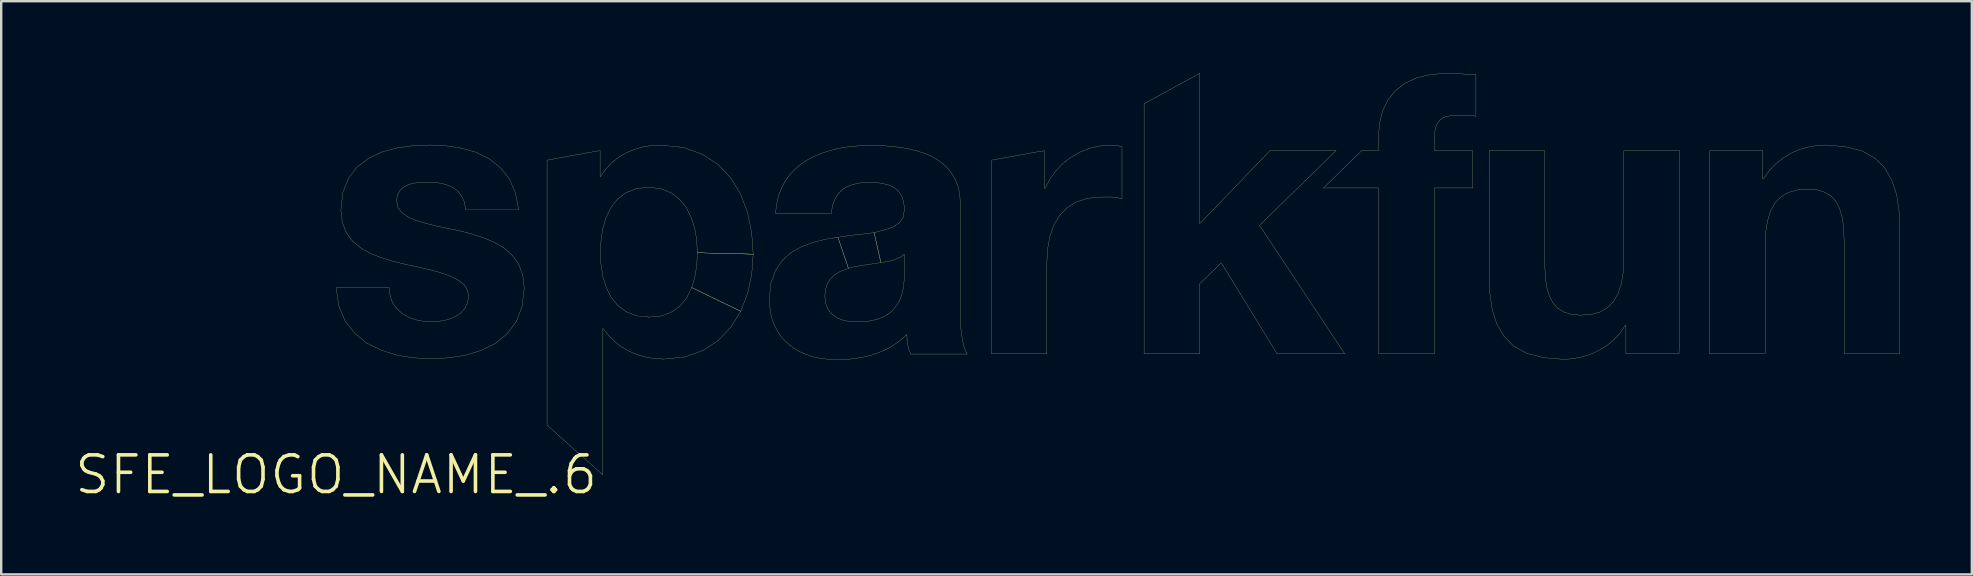
<source format=kicad_pcb>
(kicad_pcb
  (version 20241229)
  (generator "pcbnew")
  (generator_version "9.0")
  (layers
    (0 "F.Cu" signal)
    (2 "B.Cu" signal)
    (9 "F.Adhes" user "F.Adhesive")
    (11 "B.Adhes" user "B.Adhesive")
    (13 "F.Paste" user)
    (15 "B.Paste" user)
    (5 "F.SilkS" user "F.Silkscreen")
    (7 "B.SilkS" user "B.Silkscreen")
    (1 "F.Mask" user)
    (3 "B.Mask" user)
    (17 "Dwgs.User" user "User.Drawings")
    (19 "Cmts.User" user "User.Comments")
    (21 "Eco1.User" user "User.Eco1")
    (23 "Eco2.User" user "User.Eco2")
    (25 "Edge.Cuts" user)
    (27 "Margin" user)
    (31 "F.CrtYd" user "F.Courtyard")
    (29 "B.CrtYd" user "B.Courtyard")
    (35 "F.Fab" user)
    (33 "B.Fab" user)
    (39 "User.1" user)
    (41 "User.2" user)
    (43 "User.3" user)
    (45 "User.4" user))
  (footprint "SFE_LOGO_NAME_.6"
    (layer "F.Cu")
    (at 10.958 16.732)
    (property "Reference" "SFE_LOGO_NAME_.6" (at 0 0 0) (layer "F.SilkS") (effects (font (size 1.524 1.524) (thickness 0.15))))
    (attr exclude_from_pos_files exclude_from_bom)
    (fp_line (start 0 -7.788) (end 1.928 -7.788) (stroke (width 0.008) (type solid)) (layer "F.SilkS"))
    (fp_line (start 0.109 -7.038) (end 0 -7.788) (stroke (width 0.008) (type solid)) (layer "F.SilkS"))
    (fp_line (start 0.198 -11.019) (end 0.279 -11.758) (stroke (width 0.008) (type solid)) (layer "F.SilkS"))
    (fp_line (start 0.259 -10.508) (end 0.198 -11.019) (stroke (width 0.008) (type solid)) (layer "F.SilkS"))
    (fp_line (start 0.279 -11.758) (end 0.518 -12.36) (stroke (width 0.008) (type solid)) (layer "F.SilkS"))
    (fp_line (start 0.378 -6.398) (end 0.109 -7.038) (stroke (width 0.008) (type solid)) (layer "F.SilkS"))
    (fp_line (start 0.429 -10.079) (end 0.259 -10.508) (stroke (width 0.008) (type solid)) (layer "F.SilkS"))
    (fp_line (start 0.518 -12.36) (end 0.879 -12.83) (stroke (width 0.008) (type solid)) (layer "F.SilkS"))
    (fp_line (start 0.688 -9.728) (end 0.429 -10.079) (stroke (width 0.008) (type solid)) (layer "F.SilkS"))
    (fp_line (start 0.78 -5.888) (end 0.378 -6.398) (stroke (width 0.008) (type solid)) (layer "F.SilkS"))
    (fp_line (start 0.879 -12.83) (end 1.359 -13.188) (stroke (width 0.008) (type solid)) (layer "F.SilkS"))
    (fp_line (start 1.029 -9.449) (end 0.688 -9.728) (stroke (width 0.008) (type solid)) (layer "F.SilkS"))
    (fp_line (start 1.278 -5.479) (end 0.78 -5.888) (stroke (width 0.008) (type solid)) (layer "F.SilkS"))
    (fp_line (start 1.359 -13.188) (end 1.908 -13.449) (stroke (width 0.008) (type solid)) (layer "F.SilkS"))
    (fp_line (start 1.427 -9.218) (end 1.029 -9.449) (stroke (width 0.008) (type solid)) (layer "F.SilkS"))
    (fp_line (start 1.88 -5.189) (end 1.278 -5.479) (stroke (width 0.008) (type solid)) (layer "F.SilkS"))
    (fp_line (start 1.89 -9.04) (end 1.427 -9.218) (stroke (width 0.008) (type solid)) (layer "F.SilkS"))
    (fp_line (start 1.908 -13.449) (end 2.54 -13.619) (stroke (width 0.008) (type solid)) (layer "F.SilkS"))
    (fp_line (start 1.928 -7.788) (end 2.21 -7.788) (stroke (width 0.008) (type solid)) (layer "F.SilkS"))
    (fp_line (start 2.21 -7.788) (end 2.248 -7.45) (stroke (width 0.008) (type solid)) (layer "F.SilkS"))
    (fp_line (start 2.248 -7.45) (end 2.36 -7.148) (stroke (width 0.008) (type solid)) (layer "F.SilkS"))
    (fp_line (start 2.36 -7.148) (end 2.54 -6.909) (stroke (width 0.008) (type solid)) (layer "F.SilkS"))
    (fp_line (start 2.38 -8.89) (end 1.89 -9.04) (stroke (width 0.008) (type solid)) (layer "F.SilkS"))
    (fp_line (start 2.52 -11.41) (end 2.578 -11.128) (stroke (width 0.008) (type solid)) (layer "F.SilkS"))
    (fp_line (start 2.54 -13.619) (end 3.198 -13.708) (stroke (width 0.008) (type solid)) (layer "F.SilkS"))
    (fp_line (start 2.54 -6.909) (end 2.758 -6.708) (stroke (width 0.008) (type solid)) (layer "F.SilkS"))
    (fp_line (start 2.54 -4.978) (end 1.88 -5.189) (stroke (width 0.008) (type solid)) (layer "F.SilkS"))
    (fp_line (start 2.548 -11.648) (end 2.52 -11.41) (stroke (width 0.008) (type solid)) (layer "F.SilkS"))
    (fp_line (start 2.578 -11.128) (end 2.748 -10.909) (stroke (width 0.008) (type solid)) (layer "F.SilkS"))
    (fp_line (start 2.649 -11.829) (end 2.548 -11.648) (stroke (width 0.008) (type solid)) (layer "F.SilkS"))
    (fp_line (start 2.748 -10.909) (end 3.01 -10.729) (stroke (width 0.008) (type solid)) (layer "F.SilkS"))
    (fp_line (start 2.758 -6.708) (end 3.028 -6.558) (stroke (width 0.008) (type solid)) (layer "F.SilkS"))
    (fp_line (start 2.789 -11.968) (end 2.649 -11.829) (stroke (width 0.008) (type solid)) (layer "F.SilkS"))
    (fp_line (start 2.878 -8.768) (end 2.38 -8.89) (stroke (width 0.008) (type solid)) (layer "F.SilkS"))
    (fp_line (start 2.969 -12.068) (end 2.789 -11.968) (stroke (width 0.008) (type solid)) (layer "F.SilkS"))
    (fp_line (start 3.01 -10.729) (end 3.348 -10.589) (stroke (width 0.008) (type solid)) (layer "F.SilkS"))
    (fp_line (start 3.028 -6.558) (end 3.338 -6.449) (stroke (width 0.008) (type solid)) (layer "F.SilkS"))
    (fp_line (start 3.17 -12.139) (end 2.969 -12.068) (stroke (width 0.008) (type solid)) (layer "F.SilkS"))
    (fp_line (start 3.198 -13.708) (end 3.879 -13.739) (stroke (width 0.008) (type solid)) (layer "F.SilkS"))
    (fp_line (start 3.239 -4.869) (end 2.54 -4.978) (stroke (width 0.008) (type solid)) (layer "F.SilkS"))
    (fp_line (start 3.338 -6.449) (end 3.658 -6.388) (stroke (width 0.008) (type solid)) (layer "F.SilkS"))
    (fp_line (start 3.348 -10.589) (end 3.749 -10.47) (stroke (width 0.008) (type solid)) (layer "F.SilkS"))
    (fp_line (start 3.388 -12.169) (end 3.17 -12.139) (stroke (width 0.008) (type solid)) (layer "F.SilkS"))
    (fp_line (start 3.47 -8.639) (end 2.878 -8.768) (stroke (width 0.008) (type solid)) (layer "F.SilkS"))
    (fp_line (start 3.609 -12.189) (end 3.388 -12.169) (stroke (width 0.008) (type solid)) (layer "F.SilkS"))
    (fp_line (start 3.658 -6.388) (end 3.988 -6.368) (stroke (width 0.008) (type solid)) (layer "F.SilkS"))
    (fp_line (start 3.749 -10.47) (end 4.188 -10.358) (stroke (width 0.008) (type solid)) (layer "F.SilkS"))
    (fp_line (start 3.81 -12.189) (end 3.609 -12.189) (stroke (width 0.008) (type solid)) (layer "F.SilkS"))
    (fp_line (start 3.879 -13.739) (end 4.559 -13.708) (stroke (width 0.008) (type solid)) (layer "F.SilkS"))
    (fp_line (start 3.978 -4.839) (end 3.239 -4.869) (stroke (width 0.008) (type solid)) (layer "F.SilkS"))
    (fp_line (start 3.988 -8.519) (end 3.47 -8.639) (stroke (width 0.008) (type solid)) (layer "F.SilkS"))
    (fp_line (start 3.988 -6.368) (end 4.249 -6.388) (stroke (width 0.008) (type solid)) (layer "F.SilkS"))
    (fp_line (start 4.12 -12.179) (end 3.81 -12.189) (stroke (width 0.008) (type solid)) (layer "F.SilkS"))
    (fp_line (start 4.188 -10.358) (end 4.669 -10.259) (stroke (width 0.008) (type solid)) (layer "F.SilkS"))
    (fp_line (start 4.249 -6.388) (end 4.508 -6.429) (stroke (width 0.008) (type solid)) (layer "F.SilkS"))
    (fp_line (start 4.399 -12.139) (end 4.12 -12.179) (stroke (width 0.008) (type solid)) (layer "F.SilkS"))
    (fp_line (start 4.44 -8.39) (end 3.988 -8.519) (stroke (width 0.008) (type solid)) (layer "F.SilkS"))
    (fp_line (start 4.508 -6.429) (end 4.76 -6.5) (stroke (width 0.008) (type solid)) (layer "F.SilkS"))
    (fp_line (start 4.559 -13.708) (end 5.21 -13.609) (stroke (width 0.008) (type solid)) (layer "F.SilkS"))
    (fp_line (start 4.669 -12.06) (end 4.399 -12.139) (stroke (width 0.008) (type solid)) (layer "F.SilkS"))
    (fp_line (start 4.669 -10.259) (end 5.159 -10.16) (stroke (width 0.008) (type solid)) (layer "F.SilkS"))
    (fp_line (start 4.689 -4.869) (end 3.978 -4.839) (stroke (width 0.008) (type solid)) (layer "F.SilkS"))
    (fp_line (start 4.76 -6.5) (end 4.999 -6.609) (stroke (width 0.008) (type solid)) (layer "F.SilkS"))
    (fp_line (start 4.818 -8.25) (end 4.44 -8.39) (stroke (width 0.008) (type solid)) (layer "F.SilkS"))
    (fp_line (start 4.9 -11.948) (end 4.669 -12.06) (stroke (width 0.008) (type solid)) (layer "F.SilkS"))
    (fp_line (start 4.999 -6.609) (end 5.21 -6.749) (stroke (width 0.008) (type solid)) (layer "F.SilkS"))
    (fp_line (start 5.088 -11.798) (end 4.9 -11.948) (stroke (width 0.008) (type solid)) (layer "F.SilkS"))
    (fp_line (start 5.118 -8.09) (end 4.818 -8.25) (stroke (width 0.008) (type solid)) (layer "F.SilkS"))
    (fp_line (start 5.159 -10.16) (end 5.659 -10.028) (stroke (width 0.008) (type solid)) (layer "F.SilkS"))
    (fp_line (start 5.21 -13.609) (end 5.819 -13.439) (stroke (width 0.008) (type solid)) (layer "F.SilkS"))
    (fp_line (start 5.21 -6.749) (end 5.37 -6.939) (stroke (width 0.008) (type solid)) (layer "F.SilkS"))
    (fp_line (start 5.237 -11.598) (end 5.088 -11.798) (stroke (width 0.008) (type solid)) (layer "F.SilkS"))
    (fp_line (start 5.339 -7.91) (end 5.118 -8.09) (stroke (width 0.008) (type solid)) (layer "F.SilkS"))
    (fp_line (start 5.349 -11.349) (end 5.237 -11.598) (stroke (width 0.008) (type solid)) (layer "F.SilkS"))
    (fp_line (start 5.37 -6.939) (end 5.479 -7.168) (stroke (width 0.008) (type solid)) (layer "F.SilkS"))
    (fp_line (start 5.39 -4.978) (end 4.689 -4.869) (stroke (width 0.008) (type solid)) (layer "F.SilkS"))
    (fp_line (start 5.397 -11.039) (end 5.349 -11.349) (stroke (width 0.008) (type solid)) (layer "F.SilkS"))
    (fp_line (start 5.469 -7.699) (end 5.339 -7.91) (stroke (width 0.008) (type solid)) (layer "F.SilkS"))
    (fp_line (start 5.479 -7.168) (end 5.519 -7.46) (stroke (width 0.008) (type solid)) (layer "F.SilkS"))
    (fp_line (start 5.519 -7.46) (end 5.469 -7.699) (stroke (width 0.008) (type solid)) (layer "F.SilkS"))
    (fp_line (start 5.659 -10.028) (end 6.149 -9.868) (stroke (width 0.008) (type solid)) (layer "F.SilkS"))
    (fp_line (start 5.819 -13.439) (end 6.368 -13.17) (stroke (width 0.008) (type solid)) (layer "F.SilkS"))
    (fp_line (start 6.038 -5.179) (end 5.39 -4.978) (stroke (width 0.008) (type solid)) (layer "F.SilkS"))
    (fp_line (start 6.149 -9.868) (end 6.599 -9.68) (stroke (width 0.008) (type solid)) (layer "F.SilkS"))
    (fp_line (start 6.368 -13.17) (end 6.828 -12.809) (stroke (width 0.008) (type solid)) (layer "F.SilkS"))
    (fp_line (start 6.599 -9.68) (end 7.008 -9.439) (stroke (width 0.008) (type solid)) (layer "F.SilkS"))
    (fp_line (start 6.629 -5.469) (end 6.038 -5.179) (stroke (width 0.008) (type solid)) (layer "F.SilkS"))
    (fp_line (start 6.828 -12.809) (end 7.209 -12.339) (stroke (width 0.008) (type solid)) (layer "F.SilkS"))
    (fp_line (start 7.008 -9.439) (end 7.348 -9.139) (stroke (width 0.008) (type solid)) (layer "F.SilkS"))
    (fp_line (start 7.12 -5.87) (end 6.629 -5.469) (stroke (width 0.008) (type solid)) (layer "F.SilkS"))
    (fp_line (start 7.209 -12.339) (end 7.468 -11.758) (stroke (width 0.008) (type solid)) (layer "F.SilkS"))
    (fp_line (start 7.348 -9.139) (end 7.61 -8.768) (stroke (width 0.008) (type solid)) (layer "F.SilkS"))
    (fp_line (start 7.468 -11.758) (end 7.61 -11.039) (stroke (width 0.008) (type solid)) (layer "F.SilkS"))
    (fp_line (start 7.508 -6.378) (end 7.12 -5.87) (stroke (width 0.008) (type solid)) (layer "F.SilkS"))
    (fp_line (start 7.61 -11.039) (end 5.397 -11.039) (stroke (width 0.008) (type solid)) (layer "F.SilkS"))
    (fp_line (start 7.61 -8.768) (end 7.777 -8.319) (stroke (width 0.008) (type solid)) (layer "F.SilkS"))
    (fp_line (start 7.75 -7.018) (end 7.508 -6.378) (stroke (width 0.008) (type solid)) (layer "F.SilkS"))
    (fp_line (start 7.777 -8.319) (end 7.838 -7.777) (stroke (width 0.008) (type solid)) (layer "F.SilkS"))
    (fp_line (start 7.838 -7.777) (end 7.75 -7.018) (stroke (width 0.008) (type solid)) (layer "F.SilkS"))
    (fp_line (start 8.788 -13.109) (end 9.068 -13.16) (stroke (width 0.008) (type solid)) (layer "F.SilkS"))
    (fp_line (start 8.788 -2.068) (end 8.788 -13.109) (stroke (width 0.008) (type solid)) (layer "F.SilkS"))
    (fp_line (start 9.068 -13.16) (end 9.34 -13.208) (stroke (width 0.008) (type solid)) (layer "F.SilkS"))
    (fp_line (start 9.078 -1.808) (end 8.788 -2.068) (stroke (width 0.008) (type solid)) (layer "F.SilkS"))
    (fp_line (start 9.34 -13.208) (end 9.619 -13.259) (stroke (width 0.008) (type solid)) (layer "F.SilkS"))
    (fp_line (start 9.368 -1.549) (end 9.078 -1.808) (stroke (width 0.008) (type solid)) (layer "F.SilkS"))
    (fp_line (start 9.619 -13.259) (end 9.888 -13.31) (stroke (width 0.008) (type solid)) (layer "F.SilkS"))
    (fp_line (start 9.66 -1.288) (end 9.368 -1.549) (stroke (width 0.008) (type solid)) (layer "F.SilkS"))
    (fp_line (start 9.888 -13.31) (end 10.168 -13.358) (stroke (width 0.008) (type solid)) (layer "F.SilkS"))
    (fp_line (start 9.949 -1.029) (end 9.66 -1.288) (stroke (width 0.008) (type solid)) (layer "F.SilkS"))
    (fp_line (start 10.168 -13.358) (end 10.45 -13.409) (stroke (width 0.008) (type solid)) (layer "F.SilkS"))
    (fp_line (start 10.239 -0.78) (end 9.949 -1.029) (stroke (width 0.008) (type solid)) (layer "F.SilkS"))
    (fp_line (start 10.45 -13.409) (end 10.719 -13.459) (stroke (width 0.008) (type solid)) (layer "F.SilkS"))
    (fp_line (start 10.528 -0.518) (end 10.239 -0.78) (stroke (width 0.008) (type solid)) (layer "F.SilkS"))
    (fp_line (start 10.719 -13.459) (end 10.998 -13.508) (stroke (width 0.008) (type solid)) (layer "F.SilkS"))
    (fp_line (start 10.818 -0.259) (end 10.528 -0.518) (stroke (width 0.008) (type solid)) (layer "F.SilkS"))
    (fp_line (start 10.998 -13.508) (end 10.998 -12.418) (stroke (width 0.008) (type solid)) (layer "F.SilkS"))
    (fp_line (start 10.998 -12.418) (end 11.008 -12.418) (stroke (width 0.008) (type solid)) (layer "F.SilkS"))
    (fp_line (start 11.008 -12.418) (end 11.239 -12.738) (stroke (width 0.008) (type solid)) (layer "F.SilkS"))
    (fp_line (start 11.008 -9.248) (end 11.039 -8.738) (stroke (width 0.008) (type solid)) (layer "F.SilkS"))
    (fp_line (start 11.039 -9.759) (end 11.008 -9.248) (stroke (width 0.008) (type solid)) (layer "F.SilkS"))
    (fp_line (start 11.039 -8.738) (end 11.118 -8.25) (stroke (width 0.008) (type solid)) (layer "F.SilkS"))
    (fp_line (start 11.11 -10.259) (end 11.039 -9.759) (stroke (width 0.008) (type solid)) (layer "F.SilkS"))
    (fp_line (start 11.11 -6.088) (end 11.11 0) (stroke (width 0.008) (type solid)) (layer "F.SilkS"))
    (fp_line (start 11.11 0) (end 10.818 -0.259) (stroke (width 0.008) (type solid)) (layer "F.SilkS"))
    (fp_line (start 11.118 -8.25) (end 11.26 -7.798) (stroke (width 0.008) (type solid)) (layer "F.SilkS"))
    (fp_line (start 11.128 -6.088) (end 11.11 -6.088) (stroke (width 0.008) (type solid)) (layer "F.SilkS"))
    (fp_line (start 11.239 -12.738) (end 11.499 -13.018) (stroke (width 0.008) (type solid)) (layer "F.SilkS"))
    (fp_line (start 11.25 -10.719) (end 11.11 -10.259) (stroke (width 0.008) (type solid)) (layer "F.SilkS"))
    (fp_line (start 11.26 -7.798) (end 11.458 -7.389) (stroke (width 0.008) (type solid)) (layer "F.SilkS"))
    (fp_line (start 11.359 -5.799) (end 11.128 -6.088) (stroke (width 0.008) (type solid)) (layer "F.SilkS"))
    (fp_line (start 11.448 -11.128) (end 11.25 -10.719) (stroke (width 0.008) (type solid)) (layer "F.SilkS"))
    (fp_line (start 11.458 -7.389) (end 11.74 -7.048) (stroke (width 0.008) (type solid)) (layer "F.SilkS"))
    (fp_line (start 11.499 -13.018) (end 11.788 -13.238) (stroke (width 0.008) (type solid)) (layer "F.SilkS"))
    (fp_line (start 11.618 -5.54) (end 11.359 -5.799) (stroke (width 0.008) (type solid)) (layer "F.SilkS"))
    (fp_line (start 11.72 -11.478) (end 11.448 -11.128) (stroke (width 0.008) (type solid)) (layer "F.SilkS"))
    (fp_line (start 11.74 -7.048) (end 12.088 -6.789) (stroke (width 0.008) (type solid)) (layer "F.SilkS"))
    (fp_line (start 11.788 -13.238) (end 12.098 -13.419) (stroke (width 0.008) (type solid)) (layer "F.SilkS"))
    (fp_line (start 11.908 -5.319) (end 11.618 -5.54) (stroke (width 0.008) (type solid)) (layer "F.SilkS"))
    (fp_line (start 12.068 -11.748) (end 11.72 -11.478) (stroke (width 0.008) (type solid)) (layer "F.SilkS"))
    (fp_line (start 12.088 -6.789) (end 12.52 -6.619) (stroke (width 0.008) (type solid)) (layer "F.SilkS"))
    (fp_line (start 12.098 -13.419) (end 12.428 -13.559) (stroke (width 0.008) (type solid)) (layer "F.SilkS"))
    (fp_line (start 12.22 -5.138) (end 11.908 -5.319) (stroke (width 0.008) (type solid)) (layer "F.SilkS"))
    (fp_line (start 12.428 -13.559) (end 12.779 -13.658) (stroke (width 0.008) (type solid)) (layer "F.SilkS"))
    (fp_line (start 12.499 -11.918) (end 12.068 -11.748) (stroke (width 0.008) (type solid)) (layer "F.SilkS"))
    (fp_line (start 12.52 -6.619) (end 13.038 -6.568) (stroke (width 0.008) (type solid)) (layer "F.SilkS"))
    (fp_line (start 12.558 -4.999) (end 12.22 -5.138) (stroke (width 0.008) (type solid)) (layer "F.SilkS"))
    (fp_line (start 12.779 -13.658) (end 13.15 -13.719) (stroke (width 0.008) (type solid)) (layer "F.SilkS"))
    (fp_line (start 12.908 -4.9) (end 12.558 -4.999) (stroke (width 0.008) (type solid)) (layer "F.SilkS"))
    (fp_line (start 13.028 -11.979) (end 12.499 -11.918) (stroke (width 0.008) (type solid)) (layer "F.SilkS"))
    (fp_line (start 13.038 -6.568) (end 13.569 -6.619) (stroke (width 0.008) (type solid)) (layer "F.SilkS"))
    (fp_line (start 13.15 -13.719) (end 13.528 -13.729) (stroke (width 0.008) (type solid)) (layer "F.SilkS"))
    (fp_line (start 13.279 -4.839) (end 12.908 -4.9) (stroke (width 0.008) (type solid)) (layer "F.SilkS"))
    (fp_line (start 13.528 -13.729) (end 14.458 -13.64) (stroke (width 0.008) (type solid)) (layer "F.SilkS"))
    (fp_line (start 13.538 -11.918) (end 13.028 -11.979) (stroke (width 0.008) (type solid)) (layer "F.SilkS"))
    (fp_line (start 13.569 -6.619) (end 13.998 -6.789) (stroke (width 0.008) (type solid)) (layer "F.SilkS"))
    (fp_line (start 13.658 -4.818) (end 13.279 -4.839) (stroke (width 0.008) (type solid)) (layer "F.SilkS"))
    (fp_line (start 13.97 -11.74) (end 13.538 -11.918) (stroke (width 0.008) (type solid)) (layer "F.SilkS"))
    (fp_line (start 13.998 -6.789) (end 14.348 -7.048) (stroke (width 0.008) (type solid)) (layer "F.SilkS"))
    (fp_line (start 14.318 -11.468) (end 13.97 -11.74) (stroke (width 0.008) (type solid)) (layer "F.SilkS"))
    (fp_line (start 14.348 -7.048) (end 14.618 -7.389) (stroke (width 0.008) (type solid)) (layer "F.SilkS"))
    (fp_line (start 14.458 -13.64) (end 15.248 -13.358) (stroke (width 0.008) (type solid)) (layer "F.SilkS"))
    (fp_line (start 14.539 -4.91) (end 13.658 -4.818) (stroke (width 0.008) (type solid)) (layer "F.SilkS"))
    (fp_line (start 14.6 -11.118) (end 14.318 -11.468) (stroke (width 0.008) (type solid)) (layer "F.SilkS"))
    (fp_line (start 14.618 -7.389) (end 14.818 -7.798) (stroke (width 0.008) (type solid)) (layer "F.SilkS"))
    (fp_line (start 14.798 -10.709) (end 14.6 -11.118) (stroke (width 0.008) (type solid)) (layer "F.SilkS"))
    (fp_line (start 14.818 -7.798) (end 14.948 -8.25) (stroke (width 0.008) (type solid)) (layer "F.SilkS"))
    (fp_line (start 14.818 -7.798) (end 16.858 -6.81) (stroke (width 0.008) (type solid)) (layer "F.SilkS"))
    (fp_line (start 14.948 -10.249) (end 14.798 -10.709) (stroke (width 0.008) (type solid)) (layer "F.SilkS"))
    (fp_line (start 14.948 -8.25) (end 15.029 -8.738) (stroke (width 0.008) (type solid)) (layer "F.SilkS"))
    (fp_line (start 15.029 -9.759) (end 14.948 -10.249) (stroke (width 0.008) (type solid)) (layer "F.SilkS"))
    (fp_line (start 15.029 -8.738) (end 15.05 -9.248) (stroke (width 0.008) (type solid)) (layer "F.SilkS"))
    (fp_line (start 15.05 -9.248) (end 15.029 -9.759) (stroke (width 0.008) (type solid)) (layer "F.SilkS"))
    (fp_line (start 15.05 -9.248) (end 17.379 -9.19) (stroke (width 0.008) (type solid)) (layer "F.SilkS"))
    (fp_line (start 15.248 -13.358) (end 15.918 -12.929) (stroke (width 0.008) (type solid)) (layer "F.SilkS"))
    (fp_line (start 15.288 -5.179) (end 14.539 -4.91) (stroke (width 0.008) (type solid)) (layer "F.SilkS"))
    (fp_line (start 15.918 -12.929) (end 16.449 -12.36) (stroke (width 0.008) (type solid)) (layer "F.SilkS"))
    (fp_line (start 15.928 -5.598) (end 15.288 -5.179) (stroke (width 0.008) (type solid)) (layer "F.SilkS"))
    (fp_line (start 16.449 -12.36) (end 16.858 -11.679) (stroke (width 0.008) (type solid)) (layer "F.SilkS"))
    (fp_line (start 16.449 -6.149) (end 15.928 -5.598) (stroke (width 0.008) (type solid)) (layer "F.SilkS"))
    (fp_line (start 16.858 -11.679) (end 17.148 -10.909) (stroke (width 0.008) (type solid)) (layer "F.SilkS"))
    (fp_line (start 16.858 -6.81) (end 14.818 -7.798) (stroke (width 0.008) (type solid)) (layer "F.SilkS"))
    (fp_line (start 16.858 -6.81) (end 16.449 -6.149) (stroke (width 0.008) (type solid)) (layer "F.SilkS"))
    (fp_line (start 17.148 -10.909) (end 17.318 -10.069) (stroke (width 0.008) (type solid)) (layer "F.SilkS"))
    (fp_line (start 17.148 -7.549) (end 16.858 -6.81) (stroke (width 0.008) (type solid)) (layer "F.SilkS"))
    (fp_line (start 17.318 -10.069) (end 17.379 -9.19) (stroke (width 0.008) (type solid)) (layer "F.SilkS"))
    (fp_line (start 17.318 -8.349) (end 17.148 -7.549) (stroke (width 0.008) (type solid)) (layer "F.SilkS"))
    (fp_line (start 17.379 -9.19) (end 15.05 -9.248) (stroke (width 0.008) (type solid)) (layer "F.SilkS"))
    (fp_line (start 17.379 -9.19) (end 17.318 -8.349) (stroke (width 0.008) (type solid)) (layer "F.SilkS"))
    (fp_line (start 18.049 -7.328) (end 18.118 -7.978) (stroke (width 0.008) (type solid)) (layer "F.SilkS"))
    (fp_line (start 18.07 -7.008) (end 18.049 -7.328) (stroke (width 0.008) (type solid)) (layer "F.SilkS"))
    (fp_line (start 18.108 -6.718) (end 18.07 -7.008) (stroke (width 0.008) (type solid)) (layer "F.SilkS"))
    (fp_line (start 18.118 -7.978) (end 18.308 -8.509) (stroke (width 0.008) (type solid)) (layer "F.SilkS"))
    (fp_line (start 18.179 -6.449) (end 18.108 -6.718) (stroke (width 0.008) (type solid)) (layer "F.SilkS"))
    (fp_line (start 18.278 -6.198) (end 18.179 -6.449) (stroke (width 0.008) (type solid)) (layer "F.SilkS"))
    (fp_line (start 18.308 -10.889) (end 18.359 -11.278) (stroke (width 0.008) (type solid)) (layer "F.SilkS"))
    (fp_line (start 18.308 -8.509) (end 18.588 -8.928) (stroke (width 0.008) (type solid)) (layer "F.SilkS"))
    (fp_line (start 18.359 -11.278) (end 18.438 -11.638) (stroke (width 0.008) (type solid)) (layer "F.SilkS"))
    (fp_line (start 18.4 -5.969) (end 18.278 -6.198) (stroke (width 0.008) (type solid)) (layer "F.SilkS"))
    (fp_line (start 18.438 -11.638) (end 18.57 -11.958) (stroke (width 0.008) (type solid)) (layer "F.SilkS"))
    (fp_line (start 18.539 -5.758) (end 18.4 -5.969) (stroke (width 0.008) (type solid)) (layer "F.SilkS"))
    (fp_line (start 18.57 -11.958) (end 18.72 -12.248) (stroke (width 0.008) (type solid)) (layer "F.SilkS"))
    (fp_line (start 18.588 -8.928) (end 18.959 -9.258) (stroke (width 0.008) (type solid)) (layer "F.SilkS"))
    (fp_line (start 18.699 -5.578) (end 18.539 -5.758) (stroke (width 0.008) (type solid)) (layer "F.SilkS"))
    (fp_line (start 18.72 -12.248) (end 18.908 -12.509) (stroke (width 0.008) (type solid)) (layer "F.SilkS"))
    (fp_line (start 18.89 -5.408) (end 18.699 -5.578) (stroke (width 0.008) (type solid)) (layer "F.SilkS"))
    (fp_line (start 18.908 -12.509) (end 19.129 -12.738) (stroke (width 0.008) (type solid)) (layer "F.SilkS"))
    (fp_line (start 18.959 -9.258) (end 19.388 -9.5) (stroke (width 0.008) (type solid)) (layer "F.SilkS"))
    (fp_line (start 19.088 -5.258) (end 18.89 -5.408) (stroke (width 0.008) (type solid)) (layer "F.SilkS"))
    (fp_line (start 19.129 -12.738) (end 19.367 -12.939) (stroke (width 0.008) (type solid)) (layer "F.SilkS"))
    (fp_line (start 19.309 -5.128) (end 19.088 -5.258) (stroke (width 0.008) (type solid)) (layer "F.SilkS"))
    (fp_line (start 19.367 -12.939) (end 19.639 -13.119) (stroke (width 0.008) (type solid)) (layer "F.SilkS"))
    (fp_line (start 19.388 -9.5) (end 19.868 -9.68) (stroke (width 0.008) (type solid)) (layer "F.SilkS"))
    (fp_line (start 19.548 -5.029) (end 19.309 -5.128) (stroke (width 0.008) (type solid)) (layer "F.SilkS"))
    (fp_line (start 19.639 -13.119) (end 19.929 -13.269) (stroke (width 0.008) (type solid)) (layer "F.SilkS"))
    (fp_line (start 19.799 -4.938) (end 19.548 -5.029) (stroke (width 0.008) (type solid)) (layer "F.SilkS"))
    (fp_line (start 19.868 -9.68) (end 20.389 -9.809) (stroke (width 0.008) (type solid)) (layer "F.SilkS"))
    (fp_line (start 19.929 -13.269) (end 20.229 -13.399) (stroke (width 0.008) (type solid)) (layer "F.SilkS"))
    (fp_line (start 20.069 -4.869) (end 19.799 -4.938) (stroke (width 0.008) (type solid)) (layer "F.SilkS"))
    (fp_line (start 20.229 -13.399) (end 20.549 -13.498) (stroke (width 0.008) (type solid)) (layer "F.SilkS"))
    (fp_line (start 20.338 -4.829) (end 20.069 -4.869) (stroke (width 0.008) (type solid)) (layer "F.SilkS"))
    (fp_line (start 20.368 -7.44) (end 20.378 -7.29) (stroke (width 0.008) (type solid)) (layer "F.SilkS"))
    (fp_line (start 20.378 -7.6) (end 20.368 -7.44) (stroke (width 0.008) (type solid)) (layer "F.SilkS"))
    (fp_line (start 20.378 -7.29) (end 20.399 -7.148) (stroke (width 0.008) (type solid)) (layer "F.SilkS"))
    (fp_line (start 20.389 -9.809) (end 20.909 -9.898) (stroke (width 0.008) (type solid)) (layer "F.SilkS"))
    (fp_line (start 20.399 -7.739) (end 20.378 -7.6) (stroke (width 0.008) (type solid)) (layer "F.SilkS"))
    (fp_line (start 20.399 -7.148) (end 20.439 -7.028) (stroke (width 0.008) (type solid)) (layer "F.SilkS"))
    (fp_line (start 20.439 -7.859) (end 20.399 -7.739) (stroke (width 0.008) (type solid)) (layer "F.SilkS"))
    (fp_line (start 20.439 -7.028) (end 20.488 -6.919) (stroke (width 0.008) (type solid)) (layer "F.SilkS"))
    (fp_line (start 20.477 -7.978) (end 20.439 -7.859) (stroke (width 0.008) (type solid)) (layer "F.SilkS"))
    (fp_line (start 20.488 -6.919) (end 20.549 -6.82) (stroke (width 0.008) (type solid)) (layer "F.SilkS"))
    (fp_line (start 20.538 -8.08) (end 20.477 -7.978) (stroke (width 0.008) (type solid)) (layer "F.SilkS"))
    (fp_line (start 20.549 -13.498) (end 20.889 -13.589) (stroke (width 0.008) (type solid)) (layer "F.SilkS"))
    (fp_line (start 20.549 -6.82) (end 20.62 -6.728) (stroke (width 0.008) (type solid)) (layer "F.SilkS"))
    (fp_line (start 20.62 -8.179) (end 20.538 -8.08) (stroke (width 0.008) (type solid)) (layer "F.SilkS"))
    (fp_line (start 20.62 -6.728) (end 20.709 -6.65) (stroke (width 0.008) (type solid)) (layer "F.SilkS"))
    (fp_line (start 20.63 -10.889) (end 18.308 -10.889) (stroke (width 0.008) (type solid)) (layer "F.SilkS"))
    (fp_line (start 20.63 -4.798) (end 20.338 -4.829) (stroke (width 0.008) (type solid)) (layer "F.SilkS"))
    (fp_line (start 20.658 -11.059) (end 20.63 -10.889) (stroke (width 0.008) (type solid)) (layer "F.SilkS"))
    (fp_line (start 20.688 -11.209) (end 20.658 -11.059) (stroke (width 0.008) (type solid)) (layer "F.SilkS"))
    (fp_line (start 20.698 -8.258) (end 20.62 -8.179) (stroke (width 0.008) (type solid)) (layer "F.SilkS"))
    (fp_line (start 20.709 -6.65) (end 20.798 -6.589) (stroke (width 0.008) (type solid)) (layer "F.SilkS"))
    (fp_line (start 20.729 -11.349) (end 20.688 -11.209) (stroke (width 0.008) (type solid)) (layer "F.SilkS"))
    (fp_line (start 20.78 -11.478) (end 20.729 -11.349) (stroke (width 0.008) (type solid)) (layer "F.SilkS"))
    (fp_line (start 20.79 -8.339) (end 20.698 -8.258) (stroke (width 0.008) (type solid)) (layer "F.SilkS"))
    (fp_line (start 20.798 -6.589) (end 20.899 -6.528) (stroke (width 0.008) (type solid)) (layer "F.SilkS"))
    (fp_line (start 20.848 -11.598) (end 20.78 -11.478) (stroke (width 0.008) (type solid)) (layer "F.SilkS"))
    (fp_line (start 20.889 -13.589) (end 21.229 -13.65) (stroke (width 0.008) (type solid)) (layer "F.SilkS"))
    (fp_line (start 20.889 -8.4) (end 20.79 -8.339) (stroke (width 0.008) (type solid)) (layer "F.SilkS"))
    (fp_line (start 20.899 -6.528) (end 21.008 -6.48) (stroke (width 0.008) (type solid)) (layer "F.SilkS"))
    (fp_line (start 20.909 -9.898) (end 21.349 -8.598) (stroke (width 0.008) (type solid)) (layer "F.SilkS"))
    (fp_line (start 20.909 -9.898) (end 21.438 -9.97) (stroke (width 0.008) (type solid)) (layer "F.SilkS"))
    (fp_line (start 20.919 -11.699) (end 20.848 -11.598) (stroke (width 0.008) (type solid)) (layer "F.SilkS"))
    (fp_line (start 20.988 -8.458) (end 20.889 -8.4) (stroke (width 0.008) (type solid)) (layer "F.SilkS"))
    (fp_line (start 20.998 -11.788) (end 20.919 -11.699) (stroke (width 0.008) (type solid)) (layer "F.SilkS"))
    (fp_line (start 21.008 -6.48) (end 21.128 -6.439) (stroke (width 0.008) (type solid)) (layer "F.SilkS"))
    (fp_line (start 21.1 -11.88) (end 20.998 -11.788) (stroke (width 0.008) (type solid)) (layer "F.SilkS"))
    (fp_line (start 21.11 -8.509) (end 20.988 -8.458) (stroke (width 0.008) (type solid)) (layer "F.SilkS"))
    (fp_line (start 21.128 -6.439) (end 21.25 -6.408) (stroke (width 0.008) (type solid)) (layer "F.SilkS"))
    (fp_line (start 21.128 -4.798) (end 20.63 -4.798) (stroke (width 0.008) (type solid)) (layer "F.SilkS"))
    (fp_line (start 21.199 -11.948) (end 21.1 -11.88) (stroke (width 0.008) (type solid)) (layer "F.SilkS"))
    (fp_line (start 21.229 -13.65) (end 21.58 -13.688) (stroke (width 0.008) (type solid)) (layer "F.SilkS"))
    (fp_line (start 21.229 -8.56) (end 21.11 -8.509) (stroke (width 0.008) (type solid)) (layer "F.SilkS"))
    (fp_line (start 21.25 -6.408) (end 21.379 -6.388) (stroke (width 0.008) (type solid)) (layer "F.SilkS"))
    (fp_line (start 21.308 -12.009) (end 21.199 -11.948) (stroke (width 0.008) (type solid)) (layer "F.SilkS"))
    (fp_line (start 21.328 -4.808) (end 21.128 -4.798) (stroke (width 0.008) (type solid)) (layer "F.SilkS"))
    (fp_line (start 21.349 -8.598) (end 20.909 -9.898) (stroke (width 0.008) (type solid)) (layer "F.SilkS"))
    (fp_line (start 21.349 -8.598) (end 21.229 -8.56) (stroke (width 0.008) (type solid)) (layer "F.SilkS"))
    (fp_line (start 21.379 -6.388) (end 21.519 -6.368) (stroke (width 0.008) (type solid)) (layer "F.SilkS"))
    (fp_line (start 21.43 -12.06) (end 21.308 -12.009) (stroke (width 0.008) (type solid)) (layer "F.SilkS"))
    (fp_line (start 21.438 -9.97) (end 21.948 -10.028) (stroke (width 0.008) (type solid)) (layer "F.SilkS"))
    (fp_line (start 21.478 -8.639) (end 21.349 -8.598) (stroke (width 0.008) (type solid)) (layer "F.SilkS"))
    (fp_line (start 21.519 -6.368) (end 21.798 -6.368) (stroke (width 0.008) (type solid)) (layer "F.SilkS"))
    (fp_line (start 21.519 -4.829) (end 21.328 -4.808) (stroke (width 0.008) (type solid)) (layer "F.SilkS"))
    (fp_line (start 21.56 -12.098) (end 21.43 -12.06) (stroke (width 0.008) (type solid)) (layer "F.SilkS"))
    (fp_line (start 21.58 -13.688) (end 21.938 -13.719) (stroke (width 0.008) (type solid)) (layer "F.SilkS"))
    (fp_line (start 21.608 -8.669) (end 21.478 -8.639) (stroke (width 0.008) (type solid)) (layer "F.SilkS"))
    (fp_line (start 21.699 -12.129) (end 21.56 -12.098) (stroke (width 0.008) (type solid)) (layer "F.SilkS"))
    (fp_line (start 21.72 -4.859) (end 21.519 -4.829) (stroke (width 0.008) (type solid)) (layer "F.SilkS"))
    (fp_line (start 21.747 -8.689) (end 21.608 -8.669) (stroke (width 0.008) (type solid)) (layer "F.SilkS"))
    (fp_line (start 21.798 -6.368) (end 22.118 -6.388) (stroke (width 0.008) (type solid)) (layer "F.SilkS"))
    (fp_line (start 21.849 -12.159) (end 21.699 -12.129) (stroke (width 0.008) (type solid)) (layer "F.SilkS"))
    (fp_line (start 21.88 -8.72) (end 21.747 -8.689) (stroke (width 0.008) (type solid)) (layer "F.SilkS"))
    (fp_line (start 21.907 -4.889) (end 21.72 -4.859) (stroke (width 0.008) (type solid)) (layer "F.SilkS"))
    (fp_line (start 21.938 -13.719) (end 22.609 -13.719) (stroke (width 0.008) (type solid)) (layer "F.SilkS"))
    (fp_line (start 21.948 -10.028) (end 22.418 -10.089) (stroke (width 0.008) (type solid)) (layer "F.SilkS"))
    (fp_line (start 22.009 -12.169) (end 21.849 -12.159) (stroke (width 0.008) (type solid)) (layer "F.SilkS"))
    (fp_line (start 22.019 -8.738) (end 21.88 -8.72) (stroke (width 0.008) (type solid)) (layer "F.SilkS"))
    (fp_line (start 22.098 -4.928) (end 21.907 -4.889) (stroke (width 0.008) (type solid)) (layer "F.SilkS"))
    (fp_line (start 22.118 -6.388) (end 22.398 -6.439) (stroke (width 0.008) (type solid)) (layer "F.SilkS"))
    (fp_line (start 22.159 -8.758) (end 22.019 -8.738) (stroke (width 0.008) (type solid)) (layer "F.SilkS"))
    (fp_line (start 22.288 -4.978) (end 22.098 -4.928) (stroke (width 0.008) (type solid)) (layer "F.SilkS"))
    (fp_line (start 22.299 -8.778) (end 22.159 -8.758) (stroke (width 0.008) (type solid)) (layer "F.SilkS"))
    (fp_line (start 22.398 -6.439) (end 22.639 -6.507) (stroke (width 0.008) (type solid)) (layer "F.SilkS"))
    (fp_line (start 22.418 -10.089) (end 22.7 -8.839) (stroke (width 0.008) (type solid)) (layer "F.SilkS"))
    (fp_line (start 22.418 -10.089) (end 22.84 -10.198) (stroke (width 0.008) (type solid)) (layer "F.SilkS"))
    (fp_line (start 22.428 -8.799) (end 22.299 -8.778) (stroke (width 0.008) (type solid)) (layer "F.SilkS"))
    (fp_line (start 22.469 -12.169) (end 22.009 -12.169) (stroke (width 0.008) (type solid)) (layer "F.SilkS"))
    (fp_line (start 22.469 -5.039) (end 22.288 -4.978) (stroke (width 0.008) (type solid)) (layer "F.SilkS"))
    (fp_line (start 22.568 -8.819) (end 22.428 -8.799) (stroke (width 0.008) (type solid)) (layer "F.SilkS"))
    (fp_line (start 22.609 -13.719) (end 22.939 -13.698) (stroke (width 0.008) (type solid)) (layer "F.SilkS"))
    (fp_line (start 22.619 -12.159) (end 22.469 -12.169) (stroke (width 0.008) (type solid)) (layer "F.SilkS"))
    (fp_line (start 22.639 -6.507) (end 22.86 -6.609) (stroke (width 0.008) (type solid)) (layer "F.SilkS"))
    (fp_line (start 22.659 -5.108) (end 22.469 -5.039) (stroke (width 0.008) (type solid)) (layer "F.SilkS"))
    (fp_line (start 22.7 -8.839) (end 22.418 -10.089) (stroke (width 0.008) (type solid)) (layer "F.SilkS"))
    (fp_line (start 22.7 -8.839) (end 22.568 -8.819) (stroke (width 0.008) (type solid)) (layer "F.SilkS"))
    (fp_line (start 22.748 -12.139) (end 22.619 -12.159) (stroke (width 0.008) (type solid)) (layer "F.SilkS"))
    (fp_line (start 22.83 -8.86) (end 22.7 -8.839) (stroke (width 0.008) (type solid)) (layer "F.SilkS"))
    (fp_line (start 22.83 -5.179) (end 22.659 -5.108) (stroke (width 0.008) (type solid)) (layer "F.SilkS"))
    (fp_line (start 22.84 -10.198) (end 23.198 -10.317) (stroke (width 0.008) (type solid)) (layer "F.SilkS"))
    (fp_line (start 22.86 -6.609) (end 23.038 -6.718) (stroke (width 0.008) (type solid)) (layer "F.SilkS"))
    (fp_line (start 22.888 -12.108) (end 22.748 -12.139) (stroke (width 0.008) (type solid)) (layer "F.SilkS"))
    (fp_line (start 22.939 -13.698) (end 23.259 -13.668) (stroke (width 0.008) (type solid)) (layer "F.SilkS"))
    (fp_line (start 22.959 -8.88) (end 22.83 -8.86) (stroke (width 0.008) (type solid)) (layer "F.SilkS"))
    (fp_line (start 23.01 -12.078) (end 22.888 -12.108) (stroke (width 0.008) (type solid)) (layer "F.SilkS"))
    (fp_line (start 23.01 -5.268) (end 22.83 -5.179) (stroke (width 0.008) (type solid)) (layer "F.SilkS"))
    (fp_line (start 23.038 -6.718) (end 23.188 -6.848) (stroke (width 0.008) (type solid)) (layer "F.SilkS"))
    (fp_line (start 23.078 -8.908) (end 22.959 -8.88) (stroke (width 0.008) (type solid)) (layer "F.SilkS"))
    (fp_line (start 23.129 -12.029) (end 23.01 -12.078) (stroke (width 0.008) (type solid)) (layer "F.SilkS"))
    (fp_line (start 23.17 -5.359) (end 23.01 -5.268) (stroke (width 0.008) (type solid)) (layer "F.SilkS"))
    (fp_line (start 23.188 -6.848) (end 23.31 -6.998) (stroke (width 0.008) (type solid)) (layer "F.SilkS"))
    (fp_line (start 23.198 -10.317) (end 23.459 -10.488) (stroke (width 0.008) (type solid)) (layer "F.SilkS"))
    (fp_line (start 23.198 -8.938) (end 23.078 -8.908) (stroke (width 0.008) (type solid)) (layer "F.SilkS"))
    (fp_line (start 23.228 -11.979) (end 23.129 -12.029) (stroke (width 0.008) (type solid)) (layer "F.SilkS"))
    (fp_line (start 23.259 -13.668) (end 23.579 -13.63) (stroke (width 0.008) (type solid)) (layer "F.SilkS"))
    (fp_line (start 23.31 -8.979) (end 23.198 -8.938) (stroke (width 0.008) (type solid)) (layer "F.SilkS"))
    (fp_line (start 23.31 -6.998) (end 23.419 -7.148) (stroke (width 0.008) (type solid)) (layer "F.SilkS"))
    (fp_line (start 23.33 -11.908) (end 23.228 -11.979) (stroke (width 0.008) (type solid)) (layer "F.SilkS"))
    (fp_line (start 23.33 -5.469) (end 23.17 -5.359) (stroke (width 0.008) (type solid)) (layer "F.SilkS"))
    (fp_line (start 23.409 -9.02) (end 23.31 -8.979) (stroke (width 0.008) (type solid)) (layer "F.SilkS"))
    (fp_line (start 23.419 -11.829) (end 23.33 -11.908) (stroke (width 0.008) (type solid)) (layer "F.SilkS"))
    (fp_line (start 23.419 -7.148) (end 23.498 -7.308) (stroke (width 0.008) (type solid)) (layer "F.SilkS"))
    (fp_line (start 23.459 -10.488) (end 23.63 -10.719) (stroke (width 0.008) (type solid)) (layer "F.SilkS"))
    (fp_line (start 23.49 -11.73) (end 23.419 -11.829) (stroke (width 0.008) (type solid)) (layer "F.SilkS"))
    (fp_line (start 23.49 -5.588) (end 23.33 -5.469) (stroke (width 0.008) (type solid)) (layer "F.SilkS"))
    (fp_line (start 23.498 -7.308) (end 23.558 -7.478) (stroke (width 0.008) (type solid)) (layer "F.SilkS"))
    (fp_line (start 23.508 -9.068) (end 23.409 -9.02) (stroke (width 0.008) (type solid)) (layer "F.SilkS"))
    (fp_line (start 23.558 -11.628) (end 23.49 -11.73) (stroke (width 0.008) (type solid)) (layer "F.SilkS"))
    (fp_line (start 23.558 -7.478) (end 23.609 -7.638) (stroke (width 0.008) (type solid)) (layer "F.SilkS"))
    (fp_line (start 23.579 -13.63) (end 23.899 -13.569) (stroke (width 0.008) (type solid)) (layer "F.SilkS"))
    (fp_line (start 23.599 -9.129) (end 23.508 -9.068) (stroke (width 0.008) (type solid)) (layer "F.SilkS"))
    (fp_line (start 23.609 -11.499) (end 23.558 -11.628) (stroke (width 0.008) (type solid)) (layer "F.SilkS"))
    (fp_line (start 23.609 -7.638) (end 23.64 -7.798) (stroke (width 0.008) (type solid)) (layer "F.SilkS"))
    (fp_line (start 23.63 -10.719) (end 23.678 -11.029) (stroke (width 0.008) (type solid)) (layer "F.SilkS"))
    (fp_line (start 23.64 -7.798) (end 23.658 -7.948) (stroke (width 0.008) (type solid)) (layer "F.SilkS"))
    (fp_line (start 23.64 -5.71) (end 23.49 -5.588) (stroke (width 0.008) (type solid)) (layer "F.SilkS"))
    (fp_line (start 23.65 -11.359) (end 23.609 -11.499) (stroke (width 0.008) (type solid)) (layer "F.SilkS"))
    (fp_line (start 23.658 -7.948) (end 23.668 -8.09) (stroke (width 0.008) (type solid)) (layer "F.SilkS"))
    (fp_line (start 23.668 -11.209) (end 23.65 -11.359) (stroke (width 0.008) (type solid)) (layer "F.SilkS"))
    (fp_line (start 23.668 -8.09) (end 23.678 -8.209) (stroke (width 0.008) (type solid)) (layer "F.SilkS"))
    (fp_line (start 23.678 -11.029) (end 23.668 -11.209) (stroke (width 0.008) (type solid)) (layer "F.SilkS"))
    (fp_line (start 23.678 -9.19) (end 23.599 -9.129) (stroke (width 0.008) (type solid)) (layer "F.SilkS"))
    (fp_line (start 23.678 -8.209) (end 23.678 -9.19) (stroke (width 0.008) (type solid)) (layer "F.SilkS"))
    (fp_line (start 23.779 -5.85) (end 23.64 -5.71) (stroke (width 0.008) (type solid)) (layer "F.SilkS"))
    (fp_line (start 23.779 -5.799) (end 23.779 -5.85) (stroke (width 0.008) (type solid)) (layer "F.SilkS"))
    (fp_line (start 23.79 -5.748) (end 23.779 -5.799) (stroke (width 0.008) (type solid)) (layer "F.SilkS"))
    (fp_line (start 23.79 -5.639) (end 23.79 -5.748) (stroke (width 0.008) (type solid)) (layer "F.SilkS"))
    (fp_line (start 23.8 -5.588) (end 23.79 -5.639) (stroke (width 0.008) (type solid)) (layer "F.SilkS"))
    (fp_line (start 23.8 -5.54) (end 23.8 -5.588) (stroke (width 0.008) (type solid)) (layer "F.SilkS"))
    (fp_line (start 23.81 -5.479) (end 23.8 -5.54) (stroke (width 0.008) (type solid)) (layer "F.SilkS"))
    (fp_line (start 23.818 -5.428) (end 23.81 -5.479) (stroke (width 0.008) (type solid)) (layer "F.SilkS"))
    (fp_line (start 23.828 -5.38) (end 23.818 -5.428) (stroke (width 0.008) (type solid)) (layer "F.SilkS"))
    (fp_line (start 23.838 -5.329) (end 23.828 -5.38) (stroke (width 0.008) (type solid)) (layer "F.SilkS"))
    (fp_line (start 23.848 -5.278) (end 23.838 -5.329) (stroke (width 0.008) (type solid)) (layer "F.SilkS"))
    (fp_line (start 23.868 -5.23) (end 23.848 -5.278) (stroke (width 0.008) (type solid)) (layer "F.SilkS"))
    (fp_line (start 23.889 -5.179) (end 23.868 -5.23) (stroke (width 0.008) (type solid)) (layer "F.SilkS"))
    (fp_line (start 23.899 -13.569) (end 24.209 -13.49) (stroke (width 0.008) (type solid)) (layer "F.SilkS"))
    (fp_line (start 23.909 -5.128) (end 23.889 -5.179) (stroke (width 0.008) (type solid)) (layer "F.SilkS"))
    (fp_line (start 23.929 -5.08) (end 23.909 -5.128) (stroke (width 0.008) (type solid)) (layer "F.SilkS"))
    (fp_line (start 23.939 -5.029) (end 23.929 -5.08) (stroke (width 0.008) (type solid)) (layer "F.SilkS"))
    (fp_line (start 24.209 -13.49) (end 24.498 -13.399) (stroke (width 0.008) (type solid)) (layer "F.SilkS"))
    (fp_line (start 24.498 -13.399) (end 24.778 -13.279) (stroke (width 0.008) (type solid)) (layer "F.SilkS"))
    (fp_line (start 24.778 -13.279) (end 25.039 -13.139) (stroke (width 0.008) (type solid)) (layer "F.SilkS"))
    (fp_line (start 25.039 -13.139) (end 25.278 -12.969) (stroke (width 0.008) (type solid)) (layer "F.SilkS"))
    (fp_line (start 25.278 -12.969) (end 25.489 -12.769) (stroke (width 0.008) (type solid)) (layer "F.SilkS"))
    (fp_line (start 25.489 -12.769) (end 25.659 -12.548) (stroke (width 0.008) (type solid)) (layer "F.SilkS"))
    (fp_line (start 25.659 -12.548) (end 25.809 -12.289) (stroke (width 0.008) (type solid)) (layer "F.SilkS"))
    (fp_line (start 25.809 -12.289) (end 25.918 -11.999) (stroke (width 0.008) (type solid)) (layer "F.SilkS"))
    (fp_line (start 25.918 -11.999) (end 25.989 -11.679) (stroke (width 0.008) (type solid)) (layer "F.SilkS"))
    (fp_line (start 25.989 -11.679) (end 26.01 -11.308) (stroke (width 0.008) (type solid)) (layer "F.SilkS"))
    (fp_line (start 26.01 -11.308) (end 26.01 -6.48) (stroke (width 0.008) (type solid)) (layer "F.SilkS"))
    (fp_line (start 26.01 -6.48) (end 26.02 -6.34) (stroke (width 0.008) (type solid)) (layer "F.SilkS"))
    (fp_line (start 26.02 -6.34) (end 26.02 -6.198) (stroke (width 0.008) (type solid)) (layer "F.SilkS"))
    (fp_line (start 26.02 -6.198) (end 26.038 -6.068) (stroke (width 0.008) (type solid)) (layer "F.SilkS"))
    (fp_line (start 26.038 -6.068) (end 26.048 -5.939) (stroke (width 0.008) (type solid)) (layer "F.SilkS"))
    (fp_line (start 26.048 -5.939) (end 26.068 -5.809) (stroke (width 0.008) (type solid)) (layer "F.SilkS"))
    (fp_line (start 26.068 -5.809) (end 26.088 -5.69) (stroke (width 0.008) (type solid)) (layer "F.SilkS"))
    (fp_line (start 26.088 -5.69) (end 26.109 -5.568) (stroke (width 0.008) (type solid)) (layer "F.SilkS"))
    (fp_line (start 26.109 -5.568) (end 26.139 -5.458) (stroke (width 0.008) (type solid)) (layer "F.SilkS"))
    (fp_line (start 26.139 -5.458) (end 26.159 -5.359) (stroke (width 0.008) (type solid)) (layer "F.SilkS"))
    (fp_line (start 26.159 -5.359) (end 26.19 -5.258) (stroke (width 0.008) (type solid)) (layer "F.SilkS"))
    (fp_line (start 26.19 -5.258) (end 26.218 -5.179) (stroke (width 0.008) (type solid)) (layer "F.SilkS"))
    (fp_line (start 26.218 -5.179) (end 26.259 -5.098) (stroke (width 0.008) (type solid)) (layer "F.SilkS"))
    (fp_line (start 26.259 -5.098) (end 26.299 -5.029) (stroke (width 0.008) (type solid)) (layer "F.SilkS"))
    (fp_line (start 26.299 -5.029) (end 23.939 -5.029) (stroke (width 0.008) (type solid)) (layer "F.SilkS"))
    (fp_line (start 27.3 -12.098) (end 27.318 -13.109) (stroke (width 0.008) (type solid)) (layer "F.SilkS"))
    (fp_line (start 27.3 -5.039) (end 27.3 -12.098) (stroke (width 0.008) (type solid)) (layer "F.SilkS"))
    (fp_line (start 27.318 -13.109) (end 27.589 -13.16) (stroke (width 0.008) (type solid)) (layer "F.SilkS"))
    (fp_line (start 27.589 -13.16) (end 27.869 -13.208) (stroke (width 0.008) (type solid)) (layer "F.SilkS"))
    (fp_line (start 27.869 -13.208) (end 28.148 -13.259) (stroke (width 0.008) (type solid)) (layer "F.SilkS"))
    (fp_line (start 28.148 -13.259) (end 28.418 -13.31) (stroke (width 0.008) (type solid)) (layer "F.SilkS"))
    (fp_line (start 28.418 -13.31) (end 28.699 -13.358) (stroke (width 0.008) (type solid)) (layer "F.SilkS"))
    (fp_line (start 28.699 -13.358) (end 28.979 -13.409) (stroke (width 0.008) (type solid)) (layer "F.SilkS"))
    (fp_line (start 28.979 -13.409) (end 29.248 -13.459) (stroke (width 0.008) (type solid)) (layer "F.SilkS"))
    (fp_line (start 29.248 -13.459) (end 29.527 -13.498) (stroke (width 0.008) (type solid)) (layer "F.SilkS"))
    (fp_line (start 29.527 -13.498) (end 29.527 -11.928) (stroke (width 0.008) (type solid)) (layer "F.SilkS"))
    (fp_line (start 29.527 -11.928) (end 29.538 -11.928) (stroke (width 0.008) (type solid)) (layer "F.SilkS"))
    (fp_line (start 29.538 -11.928) (end 29.738 -12.309) (stroke (width 0.008) (type solid)) (layer "F.SilkS"))
    (fp_line (start 29.619 -8.86) (end 29.619 -5.039) (stroke (width 0.008) (type solid)) (layer "F.SilkS"))
    (fp_line (start 29.619 -5.039) (end 27.3 -5.039) (stroke (width 0.008) (type solid)) (layer "F.SilkS"))
    (fp_line (start 29.649 -9.408) (end 29.619 -8.86) (stroke (width 0.008) (type solid)) (layer "F.SilkS"))
    (fp_line (start 29.738 -12.309) (end 29.99 -12.659) (stroke (width 0.008) (type solid)) (layer "F.SilkS"))
    (fp_line (start 29.738 -9.919) (end 29.649 -9.408) (stroke (width 0.008) (type solid)) (layer "F.SilkS"))
    (fp_line (start 29.898 -10.378) (end 29.738 -9.919) (stroke (width 0.008) (type solid)) (layer "F.SilkS"))
    (fp_line (start 29.99 -12.659) (end 30.279 -12.969) (stroke (width 0.008) (type solid)) (layer "F.SilkS"))
    (fp_line (start 30.129 -10.78) (end 29.898 -10.378) (stroke (width 0.008) (type solid)) (layer "F.SilkS"))
    (fp_line (start 30.279 -12.969) (end 30.62 -13.228) (stroke (width 0.008) (type solid)) (layer "F.SilkS"))
    (fp_line (start 30.439 -11.11) (end 30.129 -10.78) (stroke (width 0.008) (type solid)) (layer "F.SilkS"))
    (fp_line (start 30.62 -13.228) (end 30.988 -13.439) (stroke (width 0.008) (type solid)) (layer "F.SilkS"))
    (fp_line (start 30.828 -11.359) (end 30.439 -11.11) (stroke (width 0.008) (type solid)) (layer "F.SilkS"))
    (fp_line (start 30.988 -13.439) (end 31.389 -13.599) (stroke (width 0.008) (type solid)) (layer "F.SilkS"))
    (fp_line (start 31.318 -11.519) (end 30.828 -11.359) (stroke (width 0.008) (type solid)) (layer "F.SilkS"))
    (fp_line (start 31.389 -13.599) (end 31.808 -13.698) (stroke (width 0.008) (type solid)) (layer "F.SilkS"))
    (fp_line (start 31.808 -13.698) (end 32.238 -13.729) (stroke (width 0.008) (type solid)) (layer "F.SilkS"))
    (fp_line (start 31.918 -11.57) (end 31.318 -11.519) (stroke (width 0.008) (type solid)) (layer "F.SilkS"))
    (fp_line (start 32.238 -13.729) (end 32.499 -13.729) (stroke (width 0.008) (type solid)) (layer "F.SilkS"))
    (fp_line (start 32.36 -11.57) (end 31.918 -11.57) (stroke (width 0.008) (type solid)) (layer "F.SilkS"))
    (fp_line (start 32.469 -11.56) (end 32.36 -11.57) (stroke (width 0.008) (type solid)) (layer "F.SilkS"))
    (fp_line (start 32.499 -13.729) (end 32.568 -13.719) (stroke (width 0.008) (type solid)) (layer "F.SilkS"))
    (fp_line (start 32.568 -13.719) (end 32.629 -13.698) (stroke (width 0.008) (type solid)) (layer "F.SilkS"))
    (fp_line (start 32.568 -11.539) (end 32.469 -11.56) (stroke (width 0.008) (type solid)) (layer "F.SilkS"))
    (fp_line (start 32.629 -13.698) (end 32.69 -13.678) (stroke (width 0.008) (type solid)) (layer "F.SilkS"))
    (fp_line (start 32.669 -11.519) (end 32.568 -11.539) (stroke (width 0.008) (type solid)) (layer "F.SilkS"))
    (fp_line (start 32.69 -13.678) (end 32.748 -13.658) (stroke (width 0.008) (type solid)) (layer "F.SilkS"))
    (fp_line (start 32.748 -13.658) (end 32.748 -11.499) (stroke (width 0.008) (type solid)) (layer "F.SilkS"))
    (fp_line (start 32.748 -11.499) (end 32.669 -11.519) (stroke (width 0.008) (type solid)) (layer "F.SilkS"))
    (fp_line (start 33.668 -15.458) (end 35.989 -16.728) (stroke (width 0.008) (type solid)) (layer "F.SilkS"))
    (fp_line (start 33.668 -5.039) (end 33.668 -15.458) (stroke (width 0.008) (type solid)) (layer "F.SilkS"))
    (fp_line (start 35.989 -16.728) (end 35.989 -10.46) (stroke (width 0.008) (type solid)) (layer "F.SilkS"))
    (fp_line (start 35.989 -10.46) (end 38.918 -13.508) (stroke (width 0.008) (type solid)) (layer "F.SilkS"))
    (fp_line (start 35.989 -7.958) (end 35.989 -5.039) (stroke (width 0.008) (type solid)) (layer "F.SilkS"))
    (fp_line (start 35.989 -5.039) (end 33.668 -5.039) (stroke (width 0.008) (type solid)) (layer "F.SilkS"))
    (fp_line (start 36.888 -8.829) (end 35.989 -7.958) (stroke (width 0.008) (type solid)) (layer "F.SilkS"))
    (fp_line (start 38.478 -10.389) (end 42.029 -5.039) (stroke (width 0.008) (type solid)) (layer "F.SilkS"))
    (fp_line (start 38.918 -13.508) (end 41.669 -13.508) (stroke (width 0.008) (type solid)) (layer "F.SilkS"))
    (fp_line (start 39.21 -5.039) (end 36.888 -8.829) (stroke (width 0.008) (type solid)) (layer "F.SilkS"))
    (fp_line (start 41.148 -11.948) (end 41.349 -12.149) (stroke (width 0.008) (type solid)) (layer "F.SilkS"))
    (fp_line (start 41.349 -12.149) (end 41.549 -12.339) (stroke (width 0.008) (type solid)) (layer "F.SilkS"))
    (fp_line (start 41.549 -12.339) (end 41.75 -12.54) (stroke (width 0.008) (type solid)) (layer "F.SilkS"))
    (fp_line (start 41.669 -13.508) (end 38.478 -10.389) (stroke (width 0.008) (type solid)) (layer "F.SilkS"))
    (fp_line (start 41.75 -12.54) (end 41.938 -12.728) (stroke (width 0.008) (type solid)) (layer "F.SilkS"))
    (fp_line (start 41.938 -12.728) (end 42.139 -12.918) (stroke (width 0.008) (type solid)) (layer "F.SilkS"))
    (fp_line (start 42.029 -5.039) (end 39.21 -5.039) (stroke (width 0.008) (type solid)) (layer "F.SilkS"))
    (fp_line (start 42.139 -12.918) (end 42.339 -13.119) (stroke (width 0.008) (type solid)) (layer "F.SilkS"))
    (fp_line (start 42.339 -13.119) (end 42.54 -13.31) (stroke (width 0.008) (type solid)) (layer "F.SilkS"))
    (fp_line (start 42.54 -13.31) (end 42.738 -13.508) (stroke (width 0.008) (type solid)) (layer "F.SilkS"))
    (fp_line (start 42.738 -13.508) (end 43.439 -13.508) (stroke (width 0.008) (type solid)) (layer "F.SilkS"))
    (fp_line (start 43.439 -14.158) (end 43.49 -14.699) (stroke (width 0.008) (type solid)) (layer "F.SilkS"))
    (fp_line (start 43.439 -13.508) (end 43.439 -14.158) (stroke (width 0.008) (type solid)) (layer "F.SilkS"))
    (fp_line (start 43.439 -11.948) (end 41.148 -11.948) (stroke (width 0.008) (type solid)) (layer "F.SilkS"))
    (fp_line (start 43.439 -11.079) (end 43.439 -11.948) (stroke (width 0.008) (type solid)) (layer "F.SilkS"))
    (fp_line (start 43.439 -5.039) (end 43.439 -11.079) (stroke (width 0.008) (type solid)) (layer "F.SilkS"))
    (fp_line (start 43.49 -14.699) (end 43.619 -15.189) (stroke (width 0.008) (type solid)) (layer "F.SilkS"))
    (fp_line (start 43.619 -15.189) (end 43.838 -15.629) (stroke (width 0.008) (type solid)) (layer "F.SilkS"))
    (fp_line (start 43.838 -15.629) (end 44.148 -16.01) (stroke (width 0.008) (type solid)) (layer "F.SilkS"))
    (fp_line (start 44.148 -16.01) (end 44.539 -16.309) (stroke (width 0.008) (type solid)) (layer "F.SilkS"))
    (fp_line (start 44.539 -16.309) (end 45.029 -16.538) (stroke (width 0.008) (type solid)) (layer "F.SilkS"))
    (fp_line (start 45.029 -16.538) (end 45.608 -16.678) (stroke (width 0.008) (type solid)) (layer "F.SilkS"))
    (fp_line (start 45.608 -16.678) (end 46.279 -16.728) (stroke (width 0.008) (type solid)) (layer "F.SilkS"))
    (fp_line (start 45.768 -14.008) (end 45.768 -13.498) (stroke (width 0.008) (type solid)) (layer "F.SilkS"))
    (fp_line (start 45.768 -13.498) (end 47.368 -13.498) (stroke (width 0.008) (type solid)) (layer "F.SilkS"))
    (fp_line (start 45.768 -11.948) (end 45.768 -5.039) (stroke (width 0.008) (type solid)) (layer "F.SilkS"))
    (fp_line (start 45.768 -5.039) (end 43.439 -5.039) (stroke (width 0.008) (type solid)) (layer "F.SilkS"))
    (fp_line (start 45.778 -14.249) (end 45.768 -14.008) (stroke (width 0.008) (type solid)) (layer "F.SilkS"))
    (fp_line (start 45.819 -14.458) (end 45.778 -14.249) (stroke (width 0.008) (type solid)) (layer "F.SilkS"))
    (fp_line (start 45.877 -14.618) (end 45.819 -14.458) (stroke (width 0.008) (type solid)) (layer "F.SilkS"))
    (fp_line (start 45.969 -14.75) (end 45.877 -14.618) (stroke (width 0.008) (type solid)) (layer "F.SilkS"))
    (fp_line (start 46.088 -14.849) (end 45.969 -14.75) (stroke (width 0.008) (type solid)) (layer "F.SilkS"))
    (fp_line (start 46.238 -14.92) (end 46.088 -14.849) (stroke (width 0.008) (type solid)) (layer "F.SilkS"))
    (fp_line (start 46.279 -16.728) (end 46.739 -16.728) (stroke (width 0.008) (type solid)) (layer "F.SilkS"))
    (fp_line (start 46.429 -14.958) (end 46.238 -14.92) (stroke (width 0.008) (type solid)) (layer "F.SilkS"))
    (fp_line (start 46.65 -14.978) (end 46.429 -14.958) (stroke (width 0.008) (type solid)) (layer "F.SilkS"))
    (fp_line (start 46.739 -16.728) (end 46.899 -16.708) (stroke (width 0.008) (type solid)) (layer "F.SilkS"))
    (fp_line (start 46.899 -16.708) (end 47.048 -16.688) (stroke (width 0.008) (type solid)) (layer "F.SilkS"))
    (fp_line (start 47.048 -16.688) (end 47.198 -16.678) (stroke (width 0.008) (type solid)) (layer "F.SilkS"))
    (fp_line (start 47.198 -16.678) (end 47.498 -16.678) (stroke (width 0.008) (type solid)) (layer "F.SilkS"))
    (fp_line (start 47.29 -14.978) (end 46.65 -14.978) (stroke (width 0.008) (type solid)) (layer "F.SilkS"))
    (fp_line (start 47.368 -13.498) (end 47.368 -11.948) (stroke (width 0.008) (type solid)) (layer "F.SilkS"))
    (fp_line (start 47.368 -11.948) (end 45.768 -11.948) (stroke (width 0.008) (type solid)) (layer "F.SilkS"))
    (fp_line (start 47.399 -14.958) (end 47.29 -14.978) (stroke (width 0.008) (type solid)) (layer "F.SilkS"))
    (fp_line (start 47.498 -16.678) (end 47.498 -14.938) (stroke (width 0.008) (type solid)) (layer "F.SilkS"))
    (fp_line (start 47.498 -14.938) (end 47.399 -14.958) (stroke (width 0.008) (type solid)) (layer "F.SilkS"))
    (fp_line (start 48.049 -13.498) (end 50.368 -13.498) (stroke (width 0.008) (type solid)) (layer "F.SilkS"))
    (fp_line (start 48.049 -8.298) (end 48.049 -13.498) (stroke (width 0.008) (type solid)) (layer "F.SilkS"))
    (fp_line (start 48.08 -7.549) (end 48.049 -8.298) (stroke (width 0.008) (type solid)) (layer "F.SilkS"))
    (fp_line (start 48.179 -6.868) (end 48.08 -7.549) (stroke (width 0.008) (type solid)) (layer "F.SilkS"))
    (fp_line (start 48.369 -6.279) (end 48.179 -6.868) (stroke (width 0.008) (type solid)) (layer "F.SilkS"))
    (fp_line (start 48.669 -5.768) (end 48.369 -6.279) (stroke (width 0.008) (type solid)) (layer "F.SilkS"))
    (fp_line (start 49.068 -5.359) (end 48.669 -5.768) (stroke (width 0.008) (type solid)) (layer "F.SilkS"))
    (fp_line (start 49.609 -5.06) (end 49.068 -5.359) (stroke (width 0.008) (type solid)) (layer "F.SilkS"))
    (fp_line (start 50.3 -4.879) (end 49.609 -5.06) (stroke (width 0.008) (type solid)) (layer "F.SilkS"))
    (fp_line (start 50.368 -13.498) (end 50.368 -8.73) (stroke (width 0.008) (type solid)) (layer "F.SilkS"))
    (fp_line (start 50.368 -8.73) (end 50.389 -8.24) (stroke (width 0.008) (type solid)) (layer "F.SilkS"))
    (fp_line (start 50.389 -8.24) (end 50.449 -7.808) (stroke (width 0.008) (type solid)) (layer "F.SilkS"))
    (fp_line (start 50.449 -7.808) (end 50.549 -7.46) (stroke (width 0.008) (type solid)) (layer "F.SilkS"))
    (fp_line (start 50.549 -7.46) (end 50.709 -7.158) (stroke (width 0.008) (type solid)) (layer "F.SilkS"))
    (fp_line (start 50.709 -7.158) (end 50.909 -6.939) (stroke (width 0.008) (type solid)) (layer "F.SilkS"))
    (fp_line (start 50.909 -6.939) (end 51.168 -6.779) (stroke (width 0.008) (type solid)) (layer "F.SilkS"))
    (fp_line (start 51.138 -4.808) (end 50.3 -4.879) (stroke (width 0.008) (type solid)) (layer "F.SilkS"))
    (fp_line (start 51.168 -6.779) (end 51.478 -6.678) (stroke (width 0.008) (type solid)) (layer "F.SilkS"))
    (fp_line (start 51.478 -6.678) (end 51.859 -6.65) (stroke (width 0.008) (type solid)) (layer "F.SilkS"))
    (fp_line (start 51.509 -4.829) (end 51.138 -4.808) (stroke (width 0.008) (type solid)) (layer "F.SilkS"))
    (fp_line (start 51.859 -6.65) (end 52.299 -6.678) (stroke (width 0.008) (type solid)) (layer "F.SilkS"))
    (fp_line (start 51.869 -4.9) (end 51.509 -4.829) (stroke (width 0.008) (type solid)) (layer "F.SilkS"))
    (fp_line (start 52.227 -4.999) (end 51.869 -4.9) (stroke (width 0.008) (type solid)) (layer "F.SilkS"))
    (fp_line (start 52.299 -6.678) (end 52.669 -6.779) (stroke (width 0.008) (type solid)) (layer "F.SilkS"))
    (fp_line (start 52.578 -5.159) (end 52.227 -4.999) (stroke (width 0.008) (type solid)) (layer "F.SilkS"))
    (fp_line (start 52.669 -6.779) (end 52.979 -6.96) (stroke (width 0.008) (type solid)) (layer "F.SilkS"))
    (fp_line (start 52.908 -5.349) (end 52.578 -5.159) (stroke (width 0.008) (type solid)) (layer "F.SilkS"))
    (fp_line (start 52.979 -6.96) (end 53.228 -7.209) (stroke (width 0.008) (type solid)) (layer "F.SilkS"))
    (fp_line (start 53.208 -5.588) (end 52.908 -5.349) (stroke (width 0.008) (type solid)) (layer "F.SilkS"))
    (fp_line (start 53.228 -7.209) (end 53.419 -7.549) (stroke (width 0.008) (type solid)) (layer "F.SilkS"))
    (fp_line (start 53.419 -7.549) (end 53.558 -7.968) (stroke (width 0.008) (type solid)) (layer "F.SilkS"))
    (fp_line (start 53.49 -5.878) (end 53.208 -5.588) (stroke (width 0.008) (type solid)) (layer "F.SilkS"))
    (fp_line (start 53.558 -7.968) (end 53.64 -8.468) (stroke (width 0.008) (type solid)) (layer "F.SilkS"))
    (fp_line (start 53.64 -8.468) (end 53.657 -9.068) (stroke (width 0.008) (type solid)) (layer "F.SilkS"))
    (fp_line (start 53.657 -13.498) (end 55.989 -13.498) (stroke (width 0.008) (type solid)) (layer "F.SilkS"))
    (fp_line (start 53.657 -9.068) (end 53.657 -13.498) (stroke (width 0.008) (type solid)) (layer "F.SilkS"))
    (fp_line (start 53.718 -6.218) (end 53.49 -5.878) (stroke (width 0.008) (type solid)) (layer "F.SilkS"))
    (fp_line (start 53.749 -6.218) (end 53.718 -6.218) (stroke (width 0.008) (type solid)) (layer "F.SilkS"))
    (fp_line (start 53.749 -5.039) (end 53.749 -6.218) (stroke (width 0.008) (type solid)) (layer "F.SilkS"))
    (fp_line (start 55.959 -5.039) (end 53.749 -5.039) (stroke (width 0.008) (type solid)) (layer "F.SilkS"))
    (fp_line (start 55.989 -13.498) (end 55.989 -6.099) (stroke (width 0.008) (type solid)) (layer "F.SilkS"))
    (fp_line (start 55.989 -6.099) (end 55.959 -5.039) (stroke (width 0.008) (type solid)) (layer "F.SilkS"))
    (fp_line (start 57.219 -12.449) (end 57.249 -13.508) (stroke (width 0.008) (type solid)) (layer "F.SilkS"))
    (fp_line (start 57.219 -5.05) (end 57.219 -12.449) (stroke (width 0.008) (type solid)) (layer "F.SilkS"))
    (fp_line (start 57.249 -13.508) (end 59.449 -13.508) (stroke (width 0.008) (type solid)) (layer "F.SilkS"))
    (fp_line (start 59.449 -13.508) (end 59.449 -12.329) (stroke (width 0.008) (type solid)) (layer "F.SilkS"))
    (fp_line (start 59.449 -12.329) (end 59.479 -12.329) (stroke (width 0.008) (type solid)) (layer "F.SilkS"))
    (fp_line (start 59.479 -12.329) (end 59.718 -12.67) (stroke (width 0.008) (type solid)) (layer "F.SilkS"))
    (fp_line (start 59.548 -9.479) (end 59.548 -5.05) (stroke (width 0.008) (type solid)) (layer "F.SilkS"))
    (fp_line (start 59.548 -5.05) (end 57.219 -5.05) (stroke (width 0.008) (type solid)) (layer "F.SilkS"))
    (fp_line (start 59.568 -10.079) (end 59.548 -9.479) (stroke (width 0.008) (type solid)) (layer "F.SilkS"))
    (fp_line (start 59.649 -10.579) (end 59.568 -10.079) (stroke (width 0.008) (type solid)) (layer "F.SilkS"))
    (fp_line (start 59.718 -12.67) (end 60 -12.959) (stroke (width 0.008) (type solid)) (layer "F.SilkS"))
    (fp_line (start 59.779 -10.998) (end 59.649 -10.579) (stroke (width 0.008) (type solid)) (layer "F.SilkS"))
    (fp_line (start 59.969 -11.339) (end 59.779 -10.998) (stroke (width 0.008) (type solid)) (layer "F.SilkS"))
    (fp_line (start 60 -12.959) (end 60.3 -13.198) (stroke (width 0.008) (type solid)) (layer "F.SilkS"))
    (fp_line (start 60.218 -11.587) (end 59.969 -11.339) (stroke (width 0.008) (type solid)) (layer "F.SilkS"))
    (fp_line (start 60.3 -13.198) (end 60.63 -13.399) (stroke (width 0.008) (type solid)) (layer "F.SilkS"))
    (fp_line (start 60.528 -11.768) (end 60.218 -11.587) (stroke (width 0.008) (type solid)) (layer "F.SilkS"))
    (fp_line (start 60.63 -13.399) (end 60.968 -13.548) (stroke (width 0.008) (type solid)) (layer "F.SilkS"))
    (fp_line (start 60.909 -11.869) (end 60.528 -11.768) (stroke (width 0.008) (type solid)) (layer "F.SilkS"))
    (fp_line (start 60.968 -13.548) (end 61.328 -13.65) (stroke (width 0.008) (type solid)) (layer "F.SilkS"))
    (fp_line (start 61.328 -13.65) (end 61.699 -13.719) (stroke (width 0.008) (type solid)) (layer "F.SilkS"))
    (fp_line (start 61.349 -11.9) (end 60.909 -11.869) (stroke (width 0.008) (type solid)) (layer "F.SilkS"))
    (fp_line (start 61.699 -13.719) (end 62.07 -13.739) (stroke (width 0.008) (type solid)) (layer "F.SilkS"))
    (fp_line (start 61.719 -11.869) (end 61.349 -11.9) (stroke (width 0.008) (type solid)) (layer "F.SilkS"))
    (fp_line (start 62.039 -11.768) (end 61.719 -11.869) (stroke (width 0.008) (type solid)) (layer "F.SilkS"))
    (fp_line (start 62.07 -13.739) (end 62.908 -13.668) (stroke (width 0.008) (type solid)) (layer "F.SilkS"))
    (fp_line (start 62.299 -11.608) (end 62.039 -11.768) (stroke (width 0.008) (type solid)) (layer "F.SilkS"))
    (fp_line (start 62.499 -11.389) (end 62.299 -11.608) (stroke (width 0.008) (type solid)) (layer "F.SilkS"))
    (fp_line (start 62.649 -11.09) (end 62.499 -11.389) (stroke (width 0.008) (type solid)) (layer "F.SilkS"))
    (fp_line (start 62.758 -10.739) (end 62.649 -11.09) (stroke (width 0.008) (type solid)) (layer "F.SilkS"))
    (fp_line (start 62.819 -10.31) (end 62.758 -10.739) (stroke (width 0.008) (type solid)) (layer "F.SilkS"))
    (fp_line (start 62.84 -9.82) (end 62.819 -10.31) (stroke (width 0.008) (type solid)) (layer "F.SilkS"))
    (fp_line (start 62.84 -5.05) (end 62.84 -9.82) (stroke (width 0.008) (type solid)) (layer "F.SilkS"))
    (fp_line (start 62.908 -13.668) (end 63.589 -13.49) (stroke (width 0.008) (type solid)) (layer "F.SilkS"))
    (fp_line (start 63.589 -13.49) (end 64.13 -13.188) (stroke (width 0.008) (type solid)) (layer "F.SilkS"))
    (fp_line (start 64.13 -13.188) (end 64.539 -12.779) (stroke (width 0.008) (type solid)) (layer "F.SilkS"))
    (fp_line (start 64.539 -12.779) (end 64.828 -12.268) (stroke (width 0.008) (type solid)) (layer "F.SilkS"))
    (fp_line (start 64.828 -12.268) (end 65.029 -11.679) (stroke (width 0.008) (type solid)) (layer "F.SilkS"))
    (fp_line (start 65.029 -11.679) (end 65.128 -10.998) (stroke (width 0.008) (type solid)) (layer "F.SilkS"))
    (fp_line (start 65.128 -10.998) (end 65.159 -10.249) (stroke (width 0.008) (type solid)) (layer "F.SilkS"))
    (fp_line (start 65.159 -10.249) (end 65.159 -5.05) (stroke (width 0.008) (type solid)) (layer "F.SilkS"))
    (fp_line (start 65.159 -5.05) (end 62.84 -5.05) (stroke (width 0.008) (type solid)) (layer "F.SilkS")))
  (gr_rect
    (start -3 -3)
    (end 79.121 20.887)
    (stroke (width 0.1) (type default))
    (fill no)
    (layer "Edge.Cuts")))
</source>
